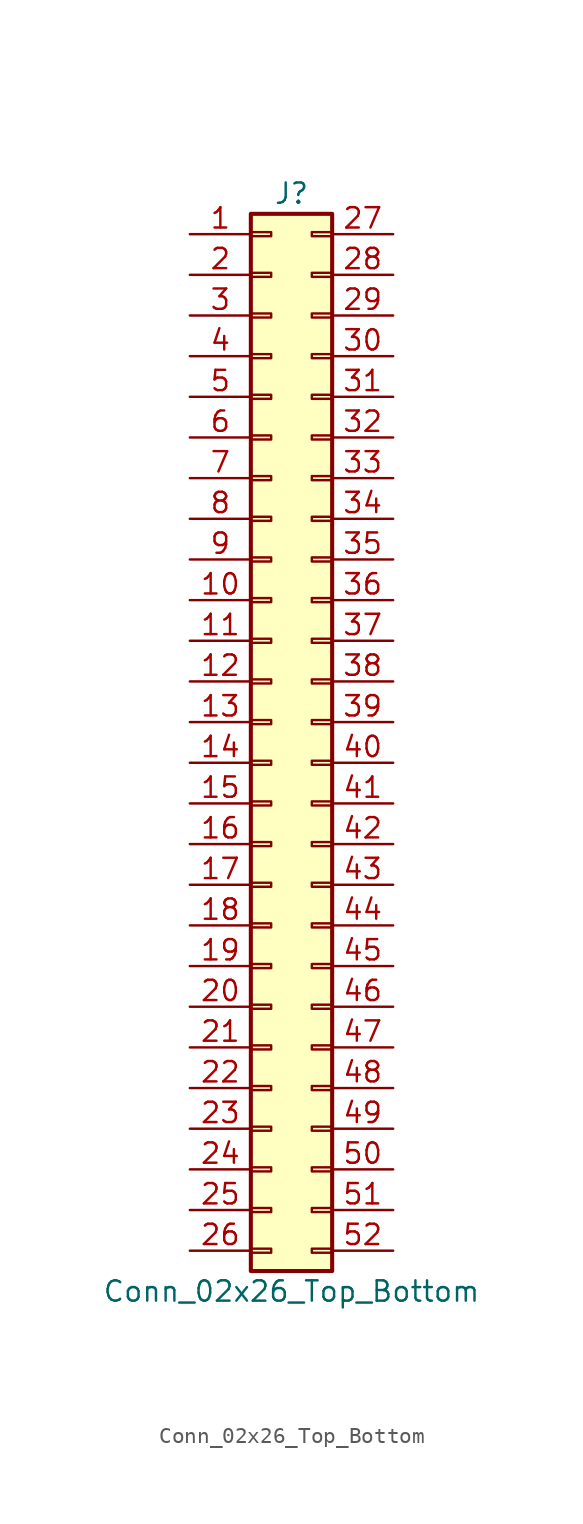
<source format=kicad_sym>
(kicad_symbol_lib
  (version 20211014)
  (generator kicad_symbol_editor)
  (symbol "Conn_02x26_Top_Bottom"
    (pin_names
      (offset 1.016) hide)
    (property "Reference" "J"
      (at 1.27 33.02 0)
      (effects (font (size 1.27 1.27))))
    (property "Value" "Conn_02x26_Top_Bottom"
      (at 1.27 -35.56 0)
      (effects (font (size 1.27 1.27))))
    (symbol "Conn_02x26_Top_Bottom_1_1"
      (rectangle (start -1.27 -32.893) (end 0 -33.147) (stroke (width 0.152) (type default) (color 0 0 0 0)) (fill (type none)))
      (rectangle (start -1.27 -30.353) (end 0 -30.607) (stroke (width 0.152) (type default) (color 0 0 0 0)) (fill (type none)))
      (rectangle (start -1.27 -27.813) (end 0 -28.067) (stroke (width 0.152) (type default) (color 0 0 0 0)) (fill (type none)))
      (rectangle (start -1.27 -25.273) (end 0 -25.527) (stroke (width 0.152) (type default) (color 0 0 0 0)) (fill (type none)))
      (rectangle (start -1.27 -22.733) (end 0 -22.987) (stroke (width 0.152) (type default) (color 0 0 0 0)) (fill (type none)))
      (rectangle (start -1.27 -20.193) (end 0 -20.447) (stroke (width 0.152) (type default) (color 0 0 0 0)) (fill (type none)))
      (rectangle (start -1.27 -17.653) (end 0 -17.907) (stroke (width 0.152) (type default) (color 0 0 0 0)) (fill (type none)))
      (rectangle (start -1.27 -15.113) (end 0 -15.367) (stroke (width 0.152) (type default) (color 0 0 0 0)) (fill (type none)))
      (rectangle (start -1.27 -12.573) (end 0 -12.827) (stroke (width 0.152) (type default) (color 0 0 0 0)) (fill (type none)))
      (rectangle (start -1.27 -10.033) (end 0 -10.287) (stroke (width 0.152) (type default) (color 0 0 0 0)) (fill (type none)))
      (rectangle (start -1.27 -7.493) (end 0 -7.747) (stroke (width 0.152) (type default) (color 0 0 0 0)) (fill (type none)))
      (rectangle (start -1.27 -4.953) (end 0 -5.207) (stroke (width 0.152) (type default) (color 0 0 0 0)) (fill (type none)))
      (rectangle (start -1.27 -2.413) (end 0 -2.667) (stroke (width 0.152) (type default) (color 0 0 0 0)) (fill (type none)))
      (rectangle (start -1.27 0.127) (end 0 -0.127) (stroke (width 0.152) (type default) (color 0 0 0 0)) (fill (type none)))
      (rectangle (start -1.27 2.667) (end 0 2.413) (stroke (width 0.152) (type default) (color 0 0 0 0)) (fill (type none)))
      (rectangle (start -1.27 5.207) (end 0 4.953) (stroke (width 0.152) (type default) (color 0 0 0 0)) (fill (type none)))
      (rectangle (start -1.27 7.747) (end 0 7.493) (stroke (width 0.152) (type default) (color 0 0 0 0)) (fill (type none)))
      (rectangle (start -1.27 10.287) (end 0 10.033) (stroke (width 0.152) (type default) (color 0 0 0 0)) (fill (type none)))
      (rectangle (start -1.27 12.827) (end 0 12.573) (stroke (width 0.152) (type default) (color 0 0 0 0)) (fill (type none)))
      (rectangle (start -1.27 15.367) (end 0 15.113) (stroke (width 0.152) (type default) (color 0 0 0 0)) (fill (type none)))
      (rectangle (start -1.27 17.907) (end 0 17.653) (stroke (width 0.152) (type default) (color 0 0 0 0)) (fill (type none)))
      (rectangle (start -1.27 20.447) (end 0 20.193) (stroke (width 0.152) (type default) (color 0 0 0 0)) (fill (type none)))
      (rectangle (start -1.27 22.987) (end 0 22.733) (stroke (width 0.152) (type default) (color 0 0 0 0)) (fill (type none)))
      (rectangle (start -1.27 25.527) (end 0 25.273) (stroke (width 0.152) (type default) (color 0 0 0 0)) (fill (type none)))
      (rectangle (start -1.27 28.067) (end 0 27.813) (stroke (width 0.152) (type default) (color 0 0 0 0)) (fill (type none)))
      (rectangle (start -1.27 30.607) (end 0 30.353) (stroke (width 0.152) (type default) (color 0 0 0 0)) (fill (type none)))
      (rectangle (start -1.27 31.75) (end 3.81 -34.29) (stroke (width 0.254) (type default) (color 0 0 0 0)) (fill (type background)))
      (rectangle (start 3.81 -32.893) (end 2.54 -33.147) (stroke (width 0.152) (type default) (color 0 0 0 0)) (fill (type none)))
      (rectangle (start 3.81 -30.353) (end 2.54 -30.607) (stroke (width 0.152) (type default) (color 0 0 0 0)) (fill (type none)))
      (rectangle (start 3.81 -27.813) (end 2.54 -28.067) (stroke (width 0.152) (type default) (color 0 0 0 0)) (fill (type none)))
      (rectangle (start 3.81 -25.273) (end 2.54 -25.527) (stroke (width 0.152) (type default) (color 0 0 0 0)) (fill (type none)))
      (rectangle (start 3.81 -22.733) (end 2.54 -22.987) (stroke (width 0.152) (type default) (color 0 0 0 0)) (fill (type none)))
      (rectangle (start 3.81 -20.193) (end 2.54 -20.447) (stroke (width 0.152) (type default) (color 0 0 0 0)) (fill (type none)))
      (rectangle (start 3.81 -17.653) (end 2.54 -17.907) (stroke (width 0.152) (type default) (color 0 0 0 0)) (fill (type none)))
      (rectangle (start 3.81 -15.113) (end 2.54 -15.367) (stroke (width 0.152) (type default) (color 0 0 0 0)) (fill (type none)))
      (rectangle (start 3.81 -12.573) (end 2.54 -12.827) (stroke (width 0.152) (type default) (color 0 0 0 0)) (fill (type none)))
      (rectangle (start 3.81 -10.033) (end 2.54 -10.287) (stroke (width 0.152) (type default) (color 0 0 0 0)) (fill (type none)))
      (rectangle (start 3.81 -7.493) (end 2.54 -7.747) (stroke (width 0.152) (type default) (color 0 0 0 0)) (fill (type none)))
      (rectangle (start 3.81 -4.953) (end 2.54 -5.207) (stroke (width 0.152) (type default) (color 0 0 0 0)) (fill (type none)))
      (rectangle (start 3.81 -2.413) (end 2.54 -2.667) (stroke (width 0.152) (type default) (color 0 0 0 0)) (fill (type none)))
      (rectangle (start 3.81 0.127) (end 2.54 -0.127) (stroke (width 0.152) (type default) (color 0 0 0 0)) (fill (type none)))
      (rectangle (start 3.81 2.667) (end 2.54 2.413) (stroke (width 0.152) (type default) (color 0 0 0 0)) (fill (type none)))
      (rectangle (start 3.81 5.207) (end 2.54 4.953) (stroke (width 0.152) (type default) (color 0 0 0 0)) (fill (type none)))
      (rectangle (start 3.81 7.747) (end 2.54 7.493) (stroke (width 0.152) (type default) (color 0 0 0 0)) (fill (type none)))
      (rectangle (start 3.81 10.287) (end 2.54 10.033) (stroke (width 0.152) (type default) (color 0 0 0 0)) (fill (type none)))
      (rectangle (start 3.81 12.827) (end 2.54 12.573) (stroke (width 0.152) (type default) (color 0 0 0 0)) (fill (type none)))
      (rectangle (start 3.81 15.367) (end 2.54 15.113) (stroke (width 0.152) (type default) (color 0 0 0 0)) (fill (type none)))
      (rectangle (start 3.81 17.907) (end 2.54 17.653) (stroke (width 0.152) (type default) (color 0 0 0 0)) (fill (type none)))
      (rectangle (start 3.81 20.447) (end 2.54 20.193) (stroke (width 0.152) (type default) (color 0 0 0 0)) (fill (type none)))
      (rectangle (start 3.81 22.987) (end 2.54 22.733) (stroke (width 0.152) (type default) (color 0 0 0 0)) (fill (type none)))
      (rectangle (start 3.81 25.527) (end 2.54 25.273) (stroke (width 0.152) (type default) (color 0 0 0 0)) (fill (type none)))
      (rectangle (start 3.81 28.067) (end 2.54 27.813) (stroke (width 0.152) (type default) (color 0 0 0 0)) (fill (type none)))
      (rectangle (start 3.81 30.607) (end 2.54 30.353) (stroke (width 0.152) (type default) (color 0 0 0 0)) (fill (type none)))
      (pin passive line (at -5.08 30.48 0) (length 3.81) (name "Pin_1" (effects (font (size 1.27 1.27)))) (number "1" (effects (font (size 1.27 1.27)))))
      (pin passive line (at -5.08 7.62 0) (length 3.81) (name "Pin_10" (effects (font (size 1.27 1.27)))) (number "10" (effects (font (size 1.27 1.27)))))
      (pin passive line (at -5.08 5.08 0) (length 3.81) (name "Pin_11" (effects (font (size 1.27 1.27)))) (number "11" (effects (font (size 1.27 1.27)))))
      (pin passive line (at -5.08 2.54 0) (length 3.81) (name "Pin_12" (effects (font (size 1.27 1.27)))) (number "12" (effects (font (size 1.27 1.27)))))
      (pin passive line (at -5.08 0 0) (length 3.81) (name "Pin_13" (effects (font (size 1.27 1.27)))) (number "13" (effects (font (size 1.27 1.27)))))
      (pin passive line (at -5.08 -2.54 0) (length 3.81) (name "Pin_14" (effects (font (size 1.27 1.27)))) (number "14" (effects (font (size 1.27 1.27)))))
      (pin passive line (at -5.08 -5.08 0) (length 3.81) (name "Pin_15" (effects (font (size 1.27 1.27)))) (number "15" (effects (font (size 1.27 1.27)))))
      (pin passive line (at -5.08 -7.62 0) (length 3.81) (name "Pin_16" (effects (font (size 1.27 1.27)))) (number "16" (effects (font (size 1.27 1.27)))))
      (pin passive line (at -5.08 -10.16 0) (length 3.81) (name "Pin_17" (effects (font (size 1.27 1.27)))) (number "17" (effects (font (size 1.27 1.27)))))
      (pin passive line (at -5.08 -12.7 0) (length 3.81) (name "Pin_18" (effects (font (size 1.27 1.27)))) (number "18" (effects (font (size 1.27 1.27)))))
      (pin passive line (at -5.08 -15.24 0) (length 3.81) (name "Pin_19" (effects (font (size 1.27 1.27)))) (number "19" (effects (font (size 1.27 1.27)))))
      (pin passive line (at -5.08 27.94 0) (length 3.81) (name "Pin_2" (effects (font (size 1.27 1.27)))) (number "2" (effects (font (size 1.27 1.27)))))
      (pin passive line (at -5.08 -17.78 0) (length 3.81) (name "Pin_20" (effects (font (size 1.27 1.27)))) (number "20" (effects (font (size 1.27 1.27)))))
      (pin passive line (at -5.08 -20.32 0) (length 3.81) (name "Pin_21" (effects (font (size 1.27 1.27)))) (number "21" (effects (font (size 1.27 1.27)))))
      (pin passive line (at -5.08 -22.86 0) (length 3.81) (name "Pin_22" (effects (font (size 1.27 1.27)))) (number "22" (effects (font (size 1.27 1.27)))))
      (pin passive line (at -5.08 -25.4 0) (length 3.81) (name "Pin_23" (effects (font (size 1.27 1.27)))) (number "23" (effects (font (size 1.27 1.27)))))
      (pin passive line (at -5.08 -27.94 0) (length 3.81) (name "Pin_24" (effects (font (size 1.27 1.27)))) (number "24" (effects (font (size 1.27 1.27)))))
      (pin passive line (at -5.08 -30.48 0) (length 3.81) (name "Pin_25" (effects (font (size 1.27 1.27)))) (number "25" (effects (font (size 1.27 1.27)))))
      (pin passive line (at -5.08 -33.02 0) (length 3.81) (name "Pin_26" (effects (font (size 1.27 1.27)))) (number "26" (effects (font (size 1.27 1.27)))))
      (pin passive line (at 7.62 30.48 180) (length 3.81) (name "Pin_27" (effects (font (size 1.27 1.27)))) (number "27" (effects (font (size 1.27 1.27)))))
      (pin passive line (at 7.62 27.94 180) (length 3.81) (name "Pin_28" (effects (font (size 1.27 1.27)))) (number "28" (effects (font (size 1.27 1.27)))))
      (pin passive line (at 7.62 25.4 180) (length 3.81) (name "Pin_29" (effects (font (size 1.27 1.27)))) (number "29" (effects (font (size 1.27 1.27)))))
      (pin passive line (at -5.08 25.4 0) (length 3.81) (name "Pin_3" (effects (font (size 1.27 1.27)))) (number "3" (effects (font (size 1.27 1.27)))))
      (pin passive line (at 7.62 22.86 180) (length 3.81) (name "Pin_30" (effects (font (size 1.27 1.27)))) (number "30" (effects (font (size 1.27 1.27)))))
      (pin passive line (at 7.62 20.32 180) (length 3.81) (name "Pin_31" (effects (font (size 1.27 1.27)))) (number "31" (effects (font (size 1.27 1.27)))))
      (pin passive line (at 7.62 17.78 180) (length 3.81) (name "Pin_32" (effects (font (size 1.27 1.27)))) (number "32" (effects (font (size 1.27 1.27)))))
      (pin passive line (at 7.62 15.24 180) (length 3.81) (name "Pin_33" (effects (font (size 1.27 1.27)))) (number "33" (effects (font (size 1.27 1.27)))))
      (pin passive line (at 7.62 12.7 180) (length 3.81) (name "Pin_34" (effects (font (size 1.27 1.27)))) (number "34" (effects (font (size 1.27 1.27)))))
      (pin passive line (at 7.62 10.16 180) (length 3.81) (name "Pin_35" (effects (font (size 1.27 1.27)))) (number "35" (effects (font (size 1.27 1.27)))))
      (pin passive line (at 7.62 7.62 180) (length 3.81) (name "Pin_36" (effects (font (size 1.27 1.27)))) (number "36" (effects (font (size 1.27 1.27)))))
      (pin passive line (at 7.62 5.08 180) (length 3.81) (name "Pin_37" (effects (font (size 1.27 1.27)))) (number "37" (effects (font (size 1.27 1.27)))))
      (pin passive line (at 7.62 2.54 180) (length 3.81) (name "Pin_38" (effects (font (size 1.27 1.27)))) (number "38" (effects (font (size 1.27 1.27)))))
      (pin passive line (at 7.62 0 180) (length 3.81) (name "Pin_39" (effects (font (size 1.27 1.27)))) (number "39" (effects (font (size 1.27 1.27)))))
      (pin passive line (at -5.08 22.86 0) (length 3.81) (name "Pin_4" (effects (font (size 1.27 1.27)))) (number "4" (effects (font (size 1.27 1.27)))))
      (pin passive line (at 7.62 -2.54 180) (length 3.81) (name "Pin_40" (effects (font (size 1.27 1.27)))) (number "40" (effects (font (size 1.27 1.27)))))
      (pin passive line (at 7.62 -5.08 180) (length 3.81) (name "Pin_41" (effects (font (size 1.27 1.27)))) (number "41" (effects (font (size 1.27 1.27)))))
      (pin passive line (at 7.62 -7.62 180) (length 3.81) (name "Pin_42" (effects (font (size 1.27 1.27)))) (number "42" (effects (font (size 1.27 1.27)))))
      (pin passive line (at 7.62 -10.16 180) (length 3.81) (name "Pin_43" (effects (font (size 1.27 1.27)))) (number "43" (effects (font (size 1.27 1.27)))))
      (pin passive line (at 7.62 -12.7 180) (length 3.81) (name "Pin_44" (effects (font (size 1.27 1.27)))) (number "44" (effects (font (size 1.27 1.27)))))
      (pin passive line (at 7.62 -15.24 180) (length 3.81) (name "Pin_45" (effects (font (size 1.27 1.27)))) (number "45" (effects (font (size 1.27 1.27)))))
      (pin passive line (at 7.62 -17.78 180) (length 3.81) (name "Pin_46" (effects (font (size 1.27 1.27)))) (number "46" (effects (font (size 1.27 1.27)))))
      (pin passive line (at 7.62 -20.32 180) (length 3.81) (name "Pin_47" (effects (font (size 1.27 1.27)))) (number "47" (effects (font (size 1.27 1.27)))))
      (pin passive line (at 7.62 -22.86 180) (length 3.81) (name "Pin_48" (effects (font (size 1.27 1.27)))) (number "48" (effects (font (size 1.27 1.27)))))
      (pin passive line (at 7.62 -25.4 180) (length 3.81) (name "Pin_49" (effects (font (size 1.27 1.27)))) (number "49" (effects (font (size 1.27 1.27)))))
      (pin passive line (at -5.08 20.32 0) (length 3.81) (name "Pin_5" (effects (font (size 1.27 1.27)))) (number "5" (effects (font (size 1.27 1.27)))))
      (pin passive line (at 7.62 -27.94 180) (length 3.81) (name "Pin_50" (effects (font (size 1.27 1.27)))) (number "50" (effects (font (size 1.27 1.27)))))
      (pin passive line (at 7.62 -30.48 180) (length 3.81) (name "Pin_51" (effects (font (size 1.27 1.27)))) (number "51" (effects (font (size 1.27 1.27)))))
      (pin passive line (at 7.62 -33.02 180) (length 3.81) (name "Pin_52" (effects (font (size 1.27 1.27)))) (number "52" (effects (font (size 1.27 1.27)))))
      (pin passive line (at -5.08 17.78 0) (length 3.81) (name "Pin_6" (effects (font (size 1.27 1.27)))) (number "6" (effects (font (size 1.27 1.27)))))
      (pin passive line (at -5.08 15.24 0) (length 3.81) (name "Pin_7" (effects (font (size 1.27 1.27)))) (number "7" (effects (font (size 1.27 1.27)))))
      (pin passive line (at -5.08 12.7 0) (length 3.81) (name "Pin_8" (effects (font (size 1.27 1.27)))) (number "8" (effects (font (size 1.27 1.27)))))
      (pin passive line (at -5.08 10.16 0) (length 3.81) (name "Pin_9" (effects (font (size 1.27 1.27)))) (number "9" (effects (font (size 1.27 1.27))))))))
</source>
